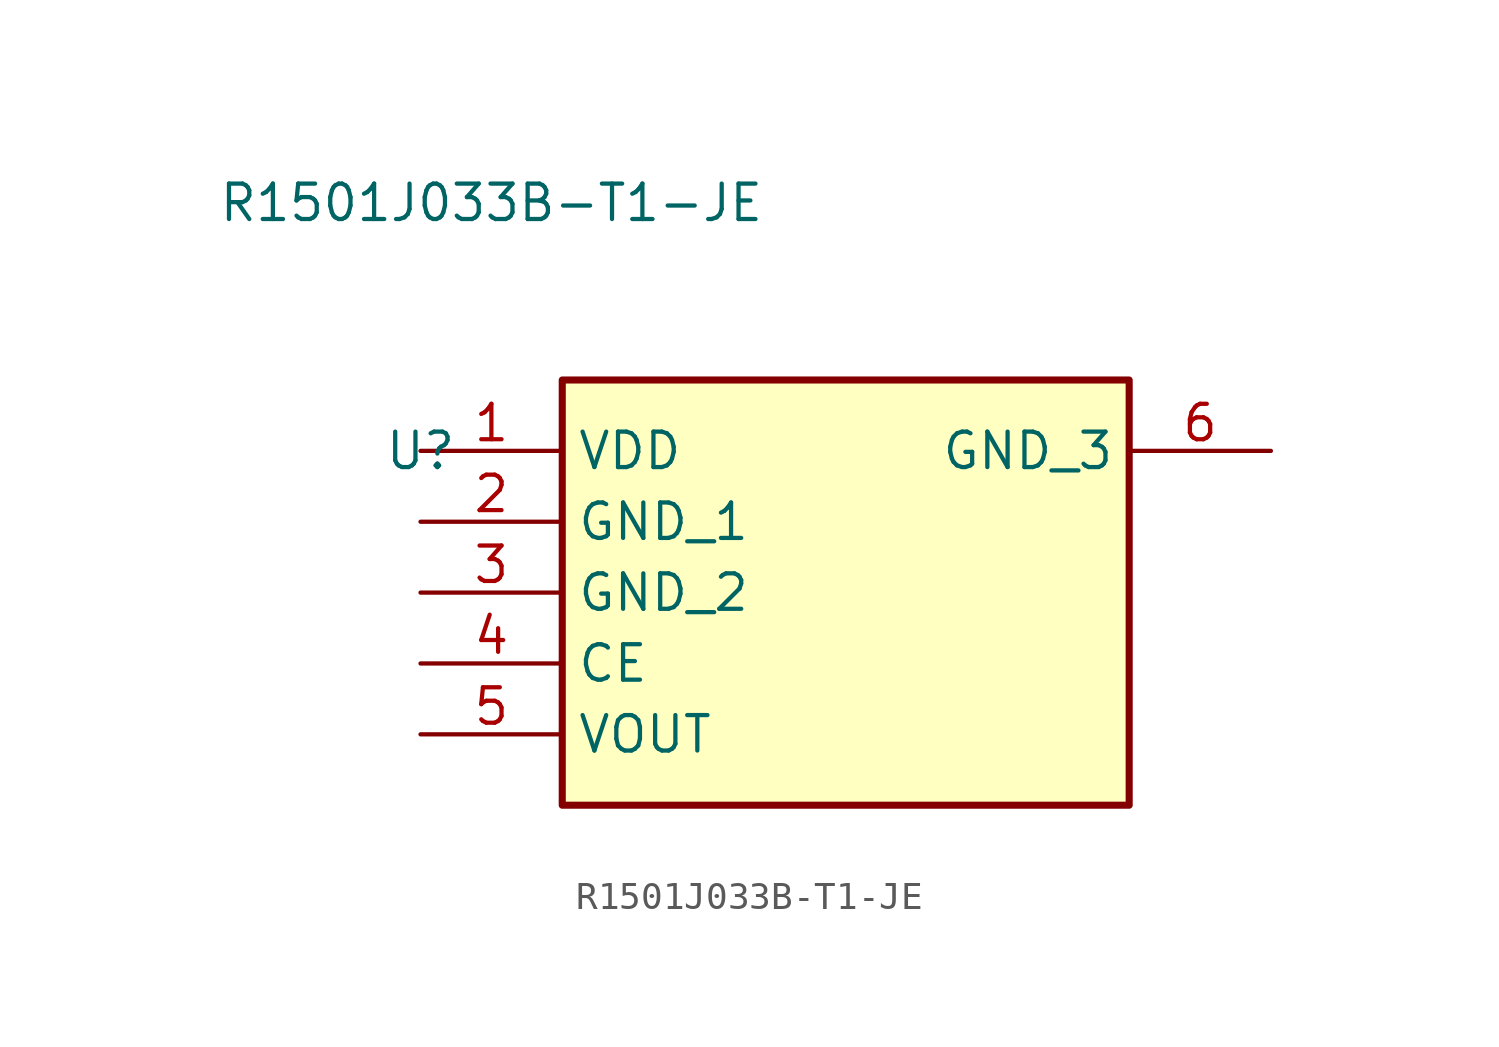
<source format=kicad_sym>
(kicad_symbol_lib
  (version 20211014)
  (generator kicad_symbol_editor)
  (symbol "R1501J033B-T1-JE"
    (property "Reference" "U"
      (at 0 0 0)
      (effects (font (size 1.27 1.27))))
    (property "Value" "R1501J033B-T1-JE"
      (at 2.54 8.89 0)
      (effects (font (size 1.27 1.27))))
    (symbol "R1501J033B-T1-JE_1_1"
      (rectangle (start 5.08 2.54) (end 25.4 -12.7) (stroke (width 0.254) (type default) (color 0 0 0 0)) (fill (type background)))
      (pin passive line (at 0 0 0) (length 5.08) (name "VDD" (effects (font (size 1.27 1.27)))) (number "1" (effects (font (size 1.27 1.27)))))
      (pin passive line (at 0 -2.54 0) (length 5.08) (name "GND_1" (effects (font (size 1.27 1.27)))) (number "2" (effects (font (size 1.27 1.27)))))
      (pin passive line (at 0 -5.08 0) (length 5.08) (name "GND_2" (effects (font (size 1.27 1.27)))) (number "3" (effects (font (size 1.27 1.27)))))
      (pin passive line (at 0 -7.62 0) (length 5.08) (name "CE" (effects (font (size 1.27 1.27)))) (number "4" (effects (font (size 1.27 1.27)))))
      (pin passive line (at 0 -10.16 0) (length 5.08) (name "VOUT" (effects (font (size 1.27 1.27)))) (number "5" (effects (font (size 1.27 1.27)))))
      (pin passive line (at 30.48 0 180) (length 5.08) (name "GND_3" (effects (font (size 1.27 1.27)))) (number "6" (effects (font (size 1.27 1.27))))))))
</source>
